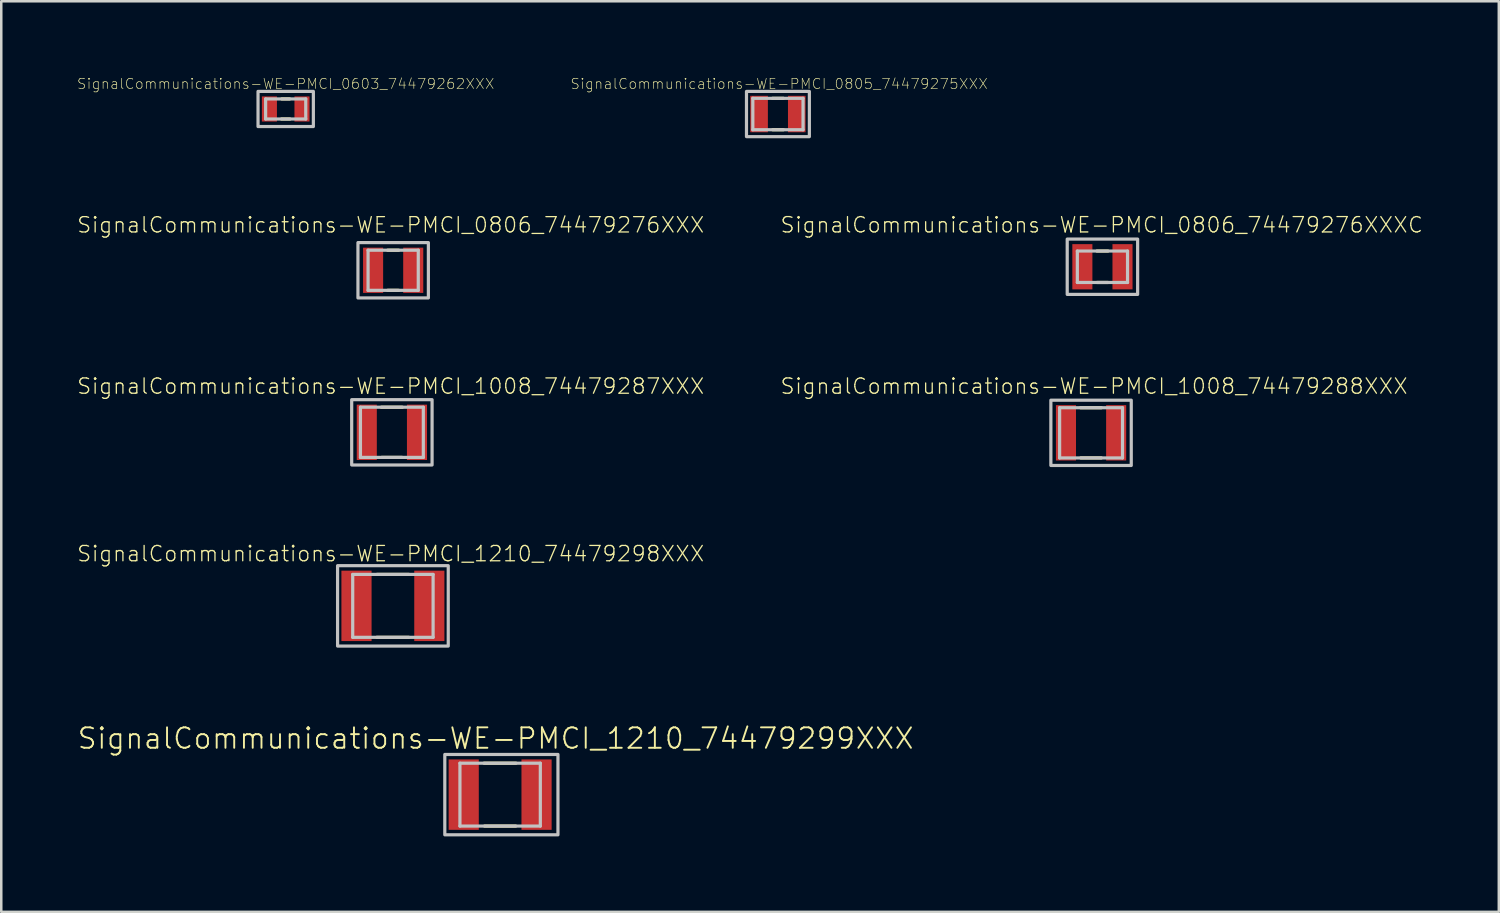
<source format=kicad_pcb>
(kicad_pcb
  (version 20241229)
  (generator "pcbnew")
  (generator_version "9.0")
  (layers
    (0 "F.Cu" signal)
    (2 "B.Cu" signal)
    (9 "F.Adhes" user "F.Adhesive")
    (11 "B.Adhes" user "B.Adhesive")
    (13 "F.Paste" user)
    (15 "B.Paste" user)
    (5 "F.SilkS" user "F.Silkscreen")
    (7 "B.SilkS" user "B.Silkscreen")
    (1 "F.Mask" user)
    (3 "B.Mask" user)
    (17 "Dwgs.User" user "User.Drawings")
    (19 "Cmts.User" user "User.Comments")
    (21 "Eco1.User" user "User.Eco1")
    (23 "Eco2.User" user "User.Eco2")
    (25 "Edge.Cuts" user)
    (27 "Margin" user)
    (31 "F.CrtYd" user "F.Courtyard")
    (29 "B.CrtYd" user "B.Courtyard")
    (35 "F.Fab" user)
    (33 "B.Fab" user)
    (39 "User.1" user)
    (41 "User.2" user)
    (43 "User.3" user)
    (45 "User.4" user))
  (footprint "SignalCommunications-WE-PMCI_1008_74479288XXX"
    (layer "F.Cu")
    (at 40.33 14.159)
    (property "Reference" "SignalCommunications-WE-PMCI_1008_74479288XXX" (at 0.119 -1.854 0) (layer "F.SilkS") (effects (font (size 0.61 0.61) (thickness 0.051))))
    (attr smd)
    (fp_line (start -0.419 -0.998) (end 0.409 -0.998) (stroke (width 0.127) (type solid)) (layer "F.SilkS"))
    (fp_line (start -0.409 0.998) (end 0.409 0.998) (stroke (width 0.127) (type solid)) (layer "F.SilkS"))
    (fp_line (start -1.25 -0.998) (end 1.25 -0.998) (stroke (width 0.127) (type solid)) (layer "Dwgs.User"))
    (fp_line (start -1.25 0.998) (end -1.25 -0.998) (stroke (width 0.127) (type solid)) (layer "Dwgs.User"))
    (fp_line (start 1.25 -0.998) (end 1.25 0.998) (stroke (width 0.127) (type solid)) (layer "Dwgs.User"))
    (fp_line (start 1.25 0.998) (end -1.25 0.998) (stroke (width 0.127) (type solid)) (layer "Dwgs.User"))
    (fp_poly (pts (xy -1.598 -1.298) (xy 1.598 -1.298) (xy 1.598 1.298) (xy -1.598 1.298) (xy -1.598 -1.298)) (stroke (width 0.127) (type solid)) (fill no) (layer "Dwgs.User"))
    (pad "1" smd rect (at -0.998 0 90) (size 2.2 0.798) (layers "F.Cu" "F.Mask" "F.Paste"))
    (pad "2" smd rect (at 0.998 0 90) (size 2.2 0.798) (layers "F.Cu" "F.Mask" "F.Paste")))
  (footprint "SignalCommunications-WE-PMCI_0603_74479262XXX"
    (layer "F.Cu")
    (at 8.309 1.283)
    (property "Reference" "SignalCommunications-WE-PMCI_0603_74479262XXX" (at 0 -1.001 0) (layer "F.SilkS") (effects (font (size 0.406 0.406) (thickness 0.025))))
    (attr smd)
    (fp_line (start -0.168 0.399) (end 0.168 0.399) (stroke (width 0.127) (type solid)) (layer "F.SilkS"))
    (fp_line (start -0.157 -0.399) (end 0.157 -0.399) (stroke (width 0.127) (type solid)) (layer "F.SilkS"))
    (fp_line (start -0.798 -0.399) (end 0.798 -0.399) (stroke (width 0.127) (type solid)) (layer "Dwgs.User"))
    (fp_line (start -0.798 0.399) (end -0.798 -0.399) (stroke (width 0.127) (type solid)) (layer "Dwgs.User"))
    (fp_line (start 0.798 -0.399) (end 0.798 0.399) (stroke (width 0.127) (type solid)) (layer "Dwgs.User"))
    (fp_line (start 0.798 0.399) (end -0.798 0.399) (stroke (width 0.127) (type solid)) (layer "Dwgs.User"))
    (fp_poly (pts (xy -1.1 -0.699) (xy 1.1 -0.699) (xy 1.1 0.699) (xy -1.1 0.699) (xy -1.1 -0.699)) (stroke (width 0.127) (type solid)) (fill no) (layer "Dwgs.User"))
    (pad "1" smd rect (at -0.648 0 90) (size 0.998 0.599) (layers "F.Cu" "F.Mask" "F.Paste"))
    (pad "2" smd rect (at 0.648 0 90) (size 0.998 0.599) (layers "F.Cu" "F.Mask" "F.Paste")))
  (footprint "SignalCommunications-WE-PMCI_0806_74479276XXX"
    (layer "F.Cu")
    (at 12.582 7.696)
    (property "Reference" "SignalCommunications-WE-PMCI_0806_74479276XXX" (at -0.099 -1.803 0) (layer "F.SilkS") (effects (font (size 0.61 0.61) (thickness 0.051))))
    (attr smd)
    (fp_line (start -0.218 -0.798) (end 0.218 -0.798) (stroke (width 0.127) (type solid)) (layer "F.SilkS"))
    (fp_line (start -0.218 0.798) (end 0.218 0.798) (stroke (width 0.127) (type solid)) (layer "F.SilkS"))
    (fp_line (start -0.998 -0.798) (end 0.998 -0.798) (stroke (width 0.127) (type solid)) (layer "Dwgs.User"))
    (fp_line (start -0.998 0.798) (end -0.998 -0.798) (stroke (width 0.127) (type solid)) (layer "Dwgs.User"))
    (fp_line (start 0.998 -0.798) (end 0.998 0.798) (stroke (width 0.127) (type solid)) (layer "Dwgs.User"))
    (fp_line (start 0.998 0.798) (end -0.998 0.798) (stroke (width 0.127) (type solid)) (layer "Dwgs.User"))
    (fp_poly (pts (xy -1.4 -1.1) (xy 1.4 -1.1) (xy 1.4 1.1) (xy -1.4 1.1) (xy -1.4 -1.1)) (stroke (width 0.127) (type solid)) (fill no) (layer "Dwgs.User"))
    (pad "1" smd rect (at -0.798 0 90) (size 1.798 0.798) (layers "F.Cu" "F.Mask" "F.Paste"))
    (pad "2" smd rect (at 0.798 0 90) (size 1.798 0.798) (layers "F.Cu" "F.Mask" "F.Paste")))
  (footprint "SignalCommunications-WE-PMCI_0805_74479275XXX"
    (layer "F.Cu")
    (at 27.88 1.484)
    (property "Reference" "SignalCommunications-WE-PMCI_0805_74479275XXX" (at 0.048 -1.201 0) (layer "F.SilkS") (effects (font (size 0.406 0.406) (thickness 0.025))))
    (attr smd)
    (fp_line (start -0.218 -0.625) (end 0.218 -0.625) (stroke (width 0.127) (type solid)) (layer "F.SilkS"))
    (fp_line (start -0.208 0.625) (end 0.218 0.625) (stroke (width 0.127) (type solid)) (layer "F.SilkS"))
    (fp_line (start -0.998 -0.625) (end 0.998 -0.625) (stroke (width 0.127) (type solid)) (layer "Dwgs.User"))
    (fp_line (start -0.998 0.625) (end -0.998 -0.625) (stroke (width 0.127) (type solid)) (layer "Dwgs.User"))
    (fp_line (start 0.998 -0.625) (end 0.998 0.625) (stroke (width 0.127) (type solid)) (layer "Dwgs.User"))
    (fp_line (start 0.998 0.625) (end -0.998 0.625) (stroke (width 0.127) (type solid)) (layer "Dwgs.User"))
    (fp_poly (pts (xy -1.25 -0.899) (xy 1.25 -0.899) (xy 1.25 0.899) (xy -1.25 0.899) (xy -1.25 -0.899)) (stroke (width 0.127) (type solid)) (fill no) (layer "Dwgs.User"))
    (pad "1" smd rect (at -0.749 0 90) (size 1.448 0.699) (layers "F.Cu" "F.Mask" "F.Paste"))
    (pad "2" smd rect (at 0.749 0 90) (size 1.448 0.699) (layers "F.Cu" "F.Mask" "F.Paste")))
  (footprint "SignalCommunications-WE-PMCI_1008_74479287XXX"
    (layer "F.Cu")
    (at 12.531 14.139)
    (property "Reference" "SignalCommunications-WE-PMCI_1008_74479287XXX" (at -0.048 -1.834 0) (layer "F.SilkS") (effects (font (size 0.61 0.61) (thickness 0.051))))
    (attr smd)
    (fp_line (start -0.419 -0.998) (end 0.419 -0.998) (stroke (width 0.127) (type solid)) (layer "F.SilkS"))
    (fp_line (start -0.409 0.998) (end 0.409 0.998) (stroke (width 0.127) (type solid)) (layer "F.SilkS"))
    (fp_line (start -1.25 -0.998) (end 1.25 -0.998) (stroke (width 0.127) (type solid)) (layer "Dwgs.User"))
    (fp_line (start -1.25 0.998) (end -1.25 -0.998) (stroke (width 0.127) (type solid)) (layer "Dwgs.User"))
    (fp_line (start 1.25 -0.998) (end 1.25 0.998) (stroke (width 0.127) (type solid)) (layer "Dwgs.User"))
    (fp_line (start 1.25 0.998) (end -1.25 0.998) (stroke (width 0.127) (type solid)) (layer "Dwgs.User"))
    (fp_poly (pts (xy -1.598 -1.298) (xy 1.598 -1.298) (xy 1.598 1.298) (xy -1.598 1.298) (xy -1.598 -1.298)) (stroke (width 0.127) (type solid)) (fill no) (layer "Dwgs.User"))
    (pad "1" smd rect (at -0.998 0 90) (size 2.2 0.798) (layers "F.Cu" "F.Mask" "F.Paste"))
    (pad "2" smd rect (at 0.998 0 90) (size 2.2 0.798) (layers "F.Cu" "F.Mask" "F.Paste")))
  (footprint "SignalCommunications-WE-PMCI_0806_74479276XXXC"
    (layer "F.Cu")
    (at 40.782 7.556)
    (property "Reference" "SignalCommunications-WE-PMCI_0806_74479276XXXC" (at -0.028 -1.664 0) (layer "F.SilkS") (effects (font (size 0.61 0.61) (thickness 0.051))))
    (attr smd)
    (fp_line (start -0.218 -0.625) (end 0.218 -0.625) (stroke (width 0.127) (type solid)) (layer "F.SilkS"))
    (fp_line (start -0.218 0.625) (end 0.218 0.625) (stroke (width 0.127) (type solid)) (layer "F.SilkS"))
    (fp_line (start -0.998 -0.625) (end 0.998 -0.625) (stroke (width 0.127) (type solid)) (layer "Dwgs.User"))
    (fp_line (start -0.998 0.625) (end -0.998 -0.625) (stroke (width 0.127) (type solid)) (layer "Dwgs.User"))
    (fp_line (start 0.998 -0.625) (end 0.998 0.625) (stroke (width 0.127) (type solid)) (layer "Dwgs.User"))
    (fp_line (start 0.998 0.625) (end -0.998 0.625) (stroke (width 0.127) (type solid)) (layer "Dwgs.User"))
    (fp_poly (pts (xy -1.4 -1.1) (xy 1.4 -1.1) (xy 1.4 1.1) (xy -1.4 1.1) (xy -1.4 -1.1)) (stroke (width 0.127) (type solid)) (fill no) (layer "Dwgs.User"))
    (pad "1" smd rect (at -0.798 0 90) (size 1.798 0.798) (layers "F.Cu" "F.Mask" "F.Paste"))
    (pad "2" smd rect (at 0.798 0 90) (size 1.798 0.798) (layers "F.Cu" "F.Mask" "F.Paste")))
  (footprint "SignalCommunications-WE-PMCI_1210_74479298XXX"
    (layer "F.Cu")
    (at 12.572 21.039)
    (property "Reference" "SignalCommunications-WE-PMCI_1210_74479298XXX" (at -0.089 -2.073 0) (layer "F.SilkS") (effects (font (size 0.61 0.61) (thickness 0.051))))
    (attr smd)
    (fp_line (start -0.638 -1.25) (end 0.638 -1.25) (stroke (width 0.127) (type solid)) (layer "F.SilkS"))
    (fp_line (start -0.638 1.25) (end 0.63 1.25) (stroke (width 0.127) (type solid)) (layer "F.SilkS"))
    (fp_line (start -1.598 -1.25) (end 1.598 -1.25) (stroke (width 0.127) (type solid)) (layer "Dwgs.User"))
    (fp_line (start -1.598 1.25) (end -1.598 -1.25) (stroke (width 0.127) (type solid)) (layer "Dwgs.User"))
    (fp_line (start 1.598 -1.25) (end 1.598 1.25) (stroke (width 0.127) (type solid)) (layer "Dwgs.User"))
    (fp_line (start 1.598 1.25) (end -1.598 1.25) (stroke (width 0.127) (type solid)) (layer "Dwgs.User"))
    (fp_poly (pts (xy -2.2 -1.598) (xy 2.2 -1.598) (xy 2.2 1.598) (xy -2.2 1.598) (xy -2.2 -1.598)) (stroke (width 0.127) (type solid)) (fill no) (layer "Dwgs.User"))
    (pad "1" smd rect (at -1.448 0 90) (size 2.799 1.199) (layers "F.Cu" "F.Mask" "F.Paste"))
    (pad "2" smd rect (at 1.448 0 90) (size 2.799 1.199) (layers "F.Cu" "F.Mask" "F.Paste")))
  (footprint "SignalCommunications-WE-PMCI_1210_74479299XXX"
    (layer "F.Cu")
    (at 16.835 28.544)
    (property "Reference" "SignalCommunications-WE-PMCI_1210_74479299XXX" (at -0.178 -2.235 0) (layer "F.SilkS") (effects (font (size 0.813 0.813) (thickness 0.076))))
    (attr smd)
    (fp_line (start -0.638 -1.25) (end 0.63 -1.25) (stroke (width 0.127) (type solid)) (layer "F.SilkS"))
    (fp_line (start -0.62 1.25) (end 0.62 1.25) (stroke (width 0.127) (type solid)) (layer "F.SilkS"))
    (fp_line (start -1.598 -1.25) (end 1.598 -1.25) (stroke (width 0.127) (type solid)) (layer "Dwgs.User"))
    (fp_line (start -1.598 1.25) (end -1.598 -1.25) (stroke (width 0.127) (type solid)) (layer "Dwgs.User"))
    (fp_line (start 1.598 -1.25) (end 1.598 1.25) (stroke (width 0.127) (type solid)) (layer "Dwgs.User"))
    (fp_line (start 1.598 1.25) (end -1.598 1.25) (stroke (width 0.127) (type solid)) (layer "Dwgs.User"))
    (fp_poly (pts (xy -2.2 -1.598) (xy 2.299 -1.598) (xy 2.299 1.598) (xy -2.2 1.598) (xy -2.2 -1.598)) (stroke (width 0.127) (type solid)) (fill no) (layer "Dwgs.User"))
    (pad "1" smd rect (at -1.448 0 90) (size 2.799 1.199) (layers "F.Cu" "F.Mask" "F.Paste"))
    (pad "2" smd rect (at 1.448 0 90) (size 2.799 1.199) (layers "F.Cu" "F.Mask" "F.Paste")))
  (gr_rect
    (start -3 -3)
    (end 56.542 33.205)
    (stroke (width 0.1) (type default))
    (fill no)
    (layer "Edge.Cuts")))
</source>
